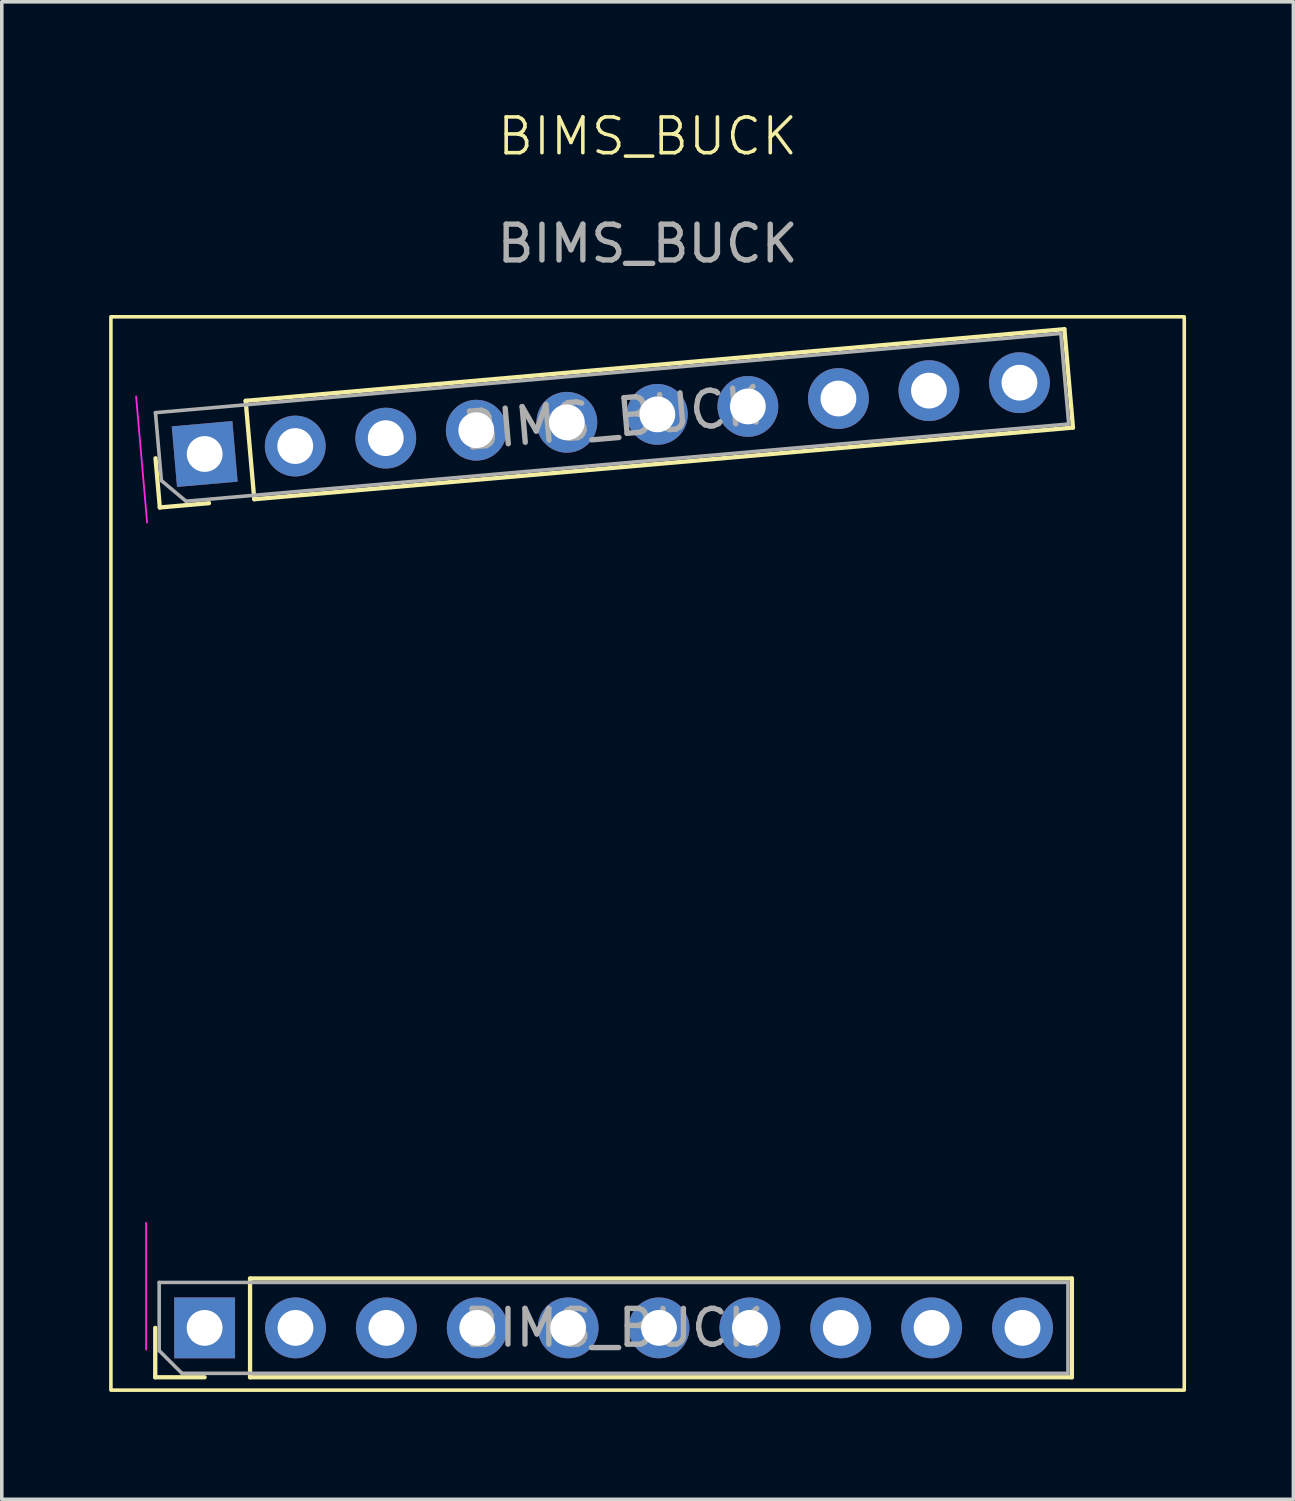
<source format=kicad_pcb>
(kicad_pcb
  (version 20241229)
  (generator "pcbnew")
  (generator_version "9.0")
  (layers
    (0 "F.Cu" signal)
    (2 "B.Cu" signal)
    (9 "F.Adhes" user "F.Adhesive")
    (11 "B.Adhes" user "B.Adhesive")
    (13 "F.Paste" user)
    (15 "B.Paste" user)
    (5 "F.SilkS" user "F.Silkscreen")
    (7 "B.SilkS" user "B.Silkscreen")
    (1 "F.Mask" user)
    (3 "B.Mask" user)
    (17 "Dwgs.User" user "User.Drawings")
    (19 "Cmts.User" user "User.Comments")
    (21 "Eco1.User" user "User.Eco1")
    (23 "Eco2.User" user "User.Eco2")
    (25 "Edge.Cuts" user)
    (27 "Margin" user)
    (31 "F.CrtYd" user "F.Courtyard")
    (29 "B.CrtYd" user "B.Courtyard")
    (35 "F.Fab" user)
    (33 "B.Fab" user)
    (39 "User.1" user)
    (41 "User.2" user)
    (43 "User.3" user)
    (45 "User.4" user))
  (footprint "BIMS_BUCK"
    (layer "F.Cu")
    (at 15.05 1.26)
    (property "Reference" "BIMS_BUCK" (at 0 -0.5 0) (unlocked yes) (layer "F.SilkS") (effects (font (size 1 1) (thickness 0.1))))
    (attr smd)
    (fp_line (start -13.761 34.184) (end -13.761 32.804) (stroke (width 0.12) (type solid)) (layer "F.SilkS"))
    (fp_line (start -13.633 9.874) (end -13.753 8.499) (stroke (width 0.12) (type solid)) (layer "F.SilkS"))
    (fp_line (start -12.381 34.184) (end -13.761 34.184) (stroke (width 0.12) (type solid)) (layer "F.SilkS"))
    (fp_line (start -12.258 9.753) (end -13.633 9.874) (stroke (width 0.12) (type solid)) (layer "F.SilkS"))
    (fp_line (start -11.234 6.893) (end 11.649 4.891) (stroke (width 0.12) (type solid)) (layer "F.SilkS"))
    (fp_line (start -11.111 31.424) (end 11.859 31.424) (stroke (width 0.12) (type solid)) (layer "F.SilkS"))
    (fp_line (start -11.111 34.184) (end -11.111 31.424) (stroke (width 0.12) (type solid)) (layer "F.SilkS"))
    (fp_line (start -11.111 34.184) (end 11.859 34.184) (stroke (width 0.12) (type solid)) (layer "F.SilkS"))
    (fp_line (start -10.993 9.643) (end -11.234 6.893) (stroke (width 0.12) (type solid)) (layer "F.SilkS"))
    (fp_line (start -10.993 9.643) (end 11.889 7.641) (stroke (width 0.12) (type solid)) (layer "F.SilkS"))
    (fp_line (start 11.859 34.184) (end 11.859 31.424) (stroke (width 0.12) (type solid)) (layer "F.SilkS"))
    (fp_line (start 11.889 7.641) (end 11.649 4.891) (stroke (width 0.12) (type solid)) (layer "F.SilkS"))
    (fp_rect (start -15 4.544) (end 15 34.544) (stroke (width 0.1) (type solid)) (fill no) (layer "F.SilkS"))
    (fp_line (start -14.296 6.77) (end -13.988 10.296) (stroke (width 0.05) (type solid)) (layer "F.CrtYd"))
    (fp_line (start -14.017 29.87) (end -14.017 33.41) (stroke (width 0.05) (type solid)) (layer "F.CrtYd"))
    (fp_line (start -13.755 7.224) (end 11.549 5.01) (stroke (width 0.1) (type solid)) (layer "F.Fab"))
    (fp_line (start -13.651 31.534) (end 11.749 31.534) (stroke (width 0.1) (type solid)) (layer "F.Fab"))
    (fp_line (start -13.651 33.439) (end -13.651 31.534) (stroke (width 0.1) (type solid)) (layer "F.Fab"))
    (fp_line (start -13.589 9.122) (end -13.755 7.224) (stroke (width 0.1) (type solid)) (layer "F.Fab"))
    (fp_line (start -13.016 34.074) (end -13.651 33.439) (stroke (width 0.1) (type solid)) (layer "F.Fab"))
    (fp_line (start -12.901 9.699) (end -13.589 9.122) (stroke (width 0.1) (type solid)) (layer "F.Fab"))
    (fp_line (start 11.549 5.01) (end 11.77 7.541) (stroke (width 0.1) (type solid)) (layer "F.Fab"))
    (fp_line (start 11.749 31.534) (end 11.749 34.074) (stroke (width 0.1) (type solid)) (layer "F.Fab"))
    (fp_line (start 11.749 34.074) (end -13.016 34.074) (stroke (width 0.1) (type solid)) (layer "F.Fab"))
    (fp_line (start 11.77 7.541) (end -12.901 9.699) (stroke (width 0.1) (type solid)) (layer "F.Fab"))
    (fp_text user "${REFERENCE}" (at -0.992 7.382 185) (layer "F.Fab") (effects (font (size 1 1) (thickness 0.15))))
    (fp_text user "${REFERENCE}" (at -0.951 32.804 180) (layer "F.Fab") (effects (font (size 1 1) (thickness 0.15))))
    (fp_text user "${REFERENCE}" (at 0 2.5 0) (unlocked yes) (layer "F.Fab") (effects (font (size 1 1) (thickness 0.15))))
    (pad "1" thru_hole rect (at -12.381 32.804 90) (size 1.7 1.7) (drill 1) (layers "*.Cu" "*.Mask"))
    (pad "2" thru_hole circle (at -9.841 32.804 90) (size 1.7 1.7) (drill 1) (layers "*.Cu" "*.Mask"))
    (pad "3" thru_hole circle (at -7.301 32.804 90) (size 1.7 1.7) (drill 1) (layers "*.Cu" "*.Mask"))
    (pad "4" thru_hole circle (at -4.761 32.804 90) (size 1.7 1.7) (drill 1) (layers "*.Cu" "*.Mask"))
    (pad "5" thru_hole circle (at -2.221 32.804 90) (size 1.7 1.7) (drill 1) (layers "*.Cu" "*.Mask"))
    (pad "6" thru_hole circle (at 0.319 32.804 90) (size 1.7 1.7) (drill 1) (layers "*.Cu" "*.Mask"))
    (pad "7" thru_hole circle (at 2.859 32.804 90) (size 1.7 1.7) (drill 1) (layers "*.Cu" "*.Mask"))
    (pad "8" thru_hole circle (at 5.399 32.804 90) (size 1.7 1.7) (drill 1) (layers "*.Cu" "*.Mask"))
    (pad "9" thru_hole circle (at 7.939 32.804 90) (size 1.7 1.7) (drill 1) (layers "*.Cu" "*.Mask"))
    (pad "10" thru_hole circle (at 10.479 32.804 90) (size 1.7 1.7) (drill 1) (layers "*.Cu" "*.Mask"))
    (pad "11" thru_hole rect (at -12.379 8.379 95) (size 1.7 1.7) (drill 1) (layers "*.Cu" "*.Mask"))
    (pad "12" thru_hole circle (at -9.848 8.157 95) (size 1.7 1.7) (drill 1) (layers "*.Cu" "*.Mask"))
    (pad "13" thru_hole circle (at -7.318 7.936 95) (size 1.7 1.7) (drill 1) (layers "*.Cu" "*.Mask"))
    (pad "14" thru_hole circle (at -4.788 7.714 95) (size 1.7 1.7) (drill 1) (layers "*.Cu" "*.Mask"))
    (pad "15" thru_hole circle (at -2.257 7.493 95) (size 1.7 1.7) (drill 1) (layers "*.Cu" "*.Mask"))
    (pad "16" thru_hole circle (at 0.273 7.272 95) (size 1.7 1.7) (drill 1) (layers "*.Cu" "*.Mask"))
    (pad "17" thru_hole circle (at 2.803 7.05 95) (size 1.7 1.7) (drill 1) (layers "*.Cu" "*.Mask"))
    (pad "18" thru_hole circle (at 5.334 6.829 95) (size 1.7 1.7) (drill 1) (layers "*.Cu" "*.Mask"))
    (pad "19" thru_hole circle (at 7.864 6.608 95) (size 1.7 1.7) (drill 1) (layers "*.Cu" "*.Mask"))
    (pad "20" thru_hole circle (at 10.394 6.386 95) (size 1.7 1.7) (drill 1) (layers "*.Cu" "*.Mask")))
  (gr_rect
    (start -3 -3)
    (end 33.1 38.855)
    (stroke (width 0.1) (type default))
    (fill no)
    (layer "Edge.Cuts")))
</source>
